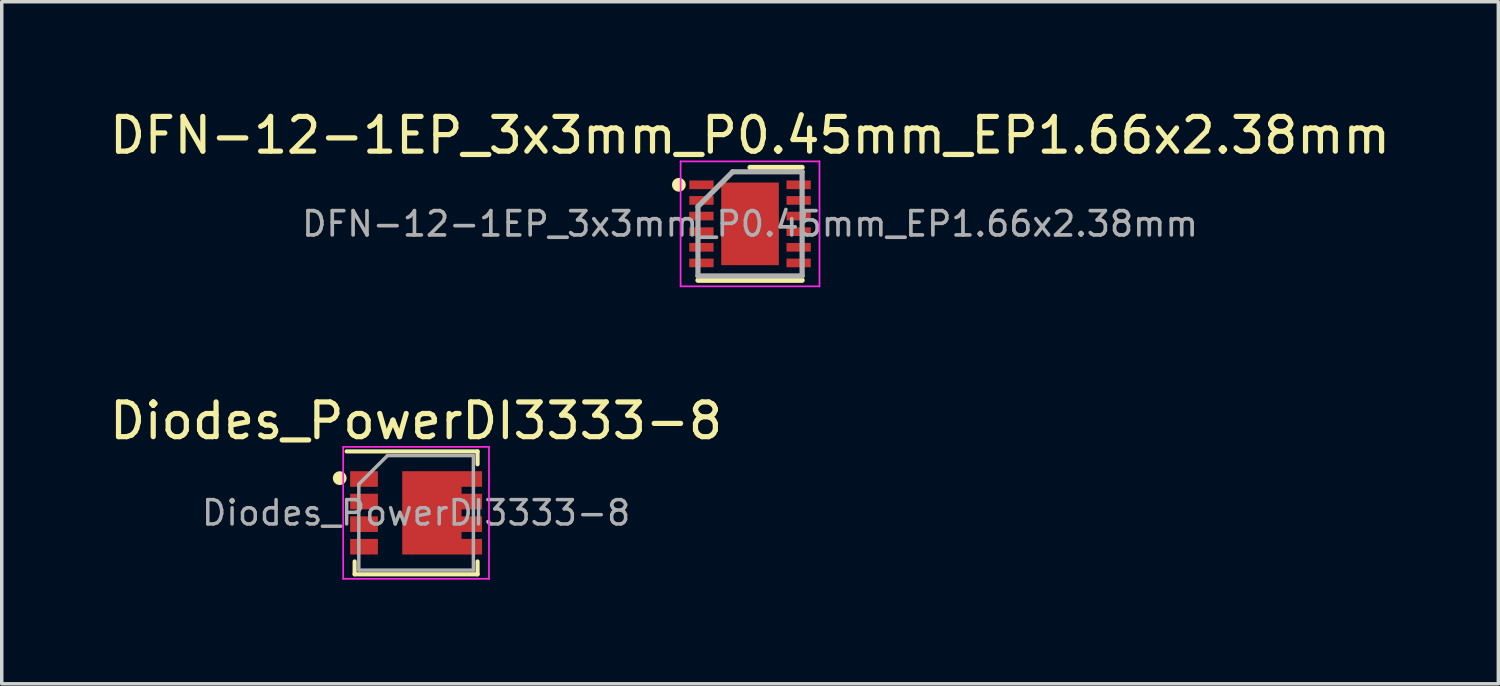
<source format=kicad_pcb>
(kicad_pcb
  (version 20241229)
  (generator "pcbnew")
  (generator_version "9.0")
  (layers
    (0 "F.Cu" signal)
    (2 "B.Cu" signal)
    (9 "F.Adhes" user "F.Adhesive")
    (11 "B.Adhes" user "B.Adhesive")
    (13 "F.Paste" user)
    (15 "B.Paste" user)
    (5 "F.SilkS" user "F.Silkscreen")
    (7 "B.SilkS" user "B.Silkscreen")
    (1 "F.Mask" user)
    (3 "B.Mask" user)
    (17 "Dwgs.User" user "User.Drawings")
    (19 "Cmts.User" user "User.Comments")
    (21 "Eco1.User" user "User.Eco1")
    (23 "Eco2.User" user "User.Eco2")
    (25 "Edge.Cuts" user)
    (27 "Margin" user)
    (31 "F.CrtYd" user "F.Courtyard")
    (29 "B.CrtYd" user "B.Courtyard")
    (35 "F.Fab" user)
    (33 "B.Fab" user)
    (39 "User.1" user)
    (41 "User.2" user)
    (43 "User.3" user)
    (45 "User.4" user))
  (footprint "Diodes_PowerDI3333-8"
    (layer "F.Cu")
    (at 8.935 11.722)
    (property "Reference" "Diodes_PowerDI3333-8" (at 0 -2.65 0) (layer "F.SilkS") (effects (font (size 1 1) (thickness 0.15))))
    (attr smd)
    (fp_line (start -1.77 1.77) (end -1.77 1.4) (stroke (width 0.12) (type solid)) (layer "F.SilkS"))
    (fp_line (start -1.77 1.77) (end 1.77 1.77) (stroke (width 0.12) (type solid)) (layer "F.SilkS"))
    (fp_line (start 1.77 -1.77) (end -2 -1.77) (stroke (width 0.12) (type solid)) (layer "F.SilkS"))
    (fp_line (start 1.77 -1.77) (end 1.77 -1.4) (stroke (width 0.12) (type solid)) (layer "F.SilkS"))
    (fp_line (start 1.77 1.77) (end 1.77 1.4) (stroke (width 0.12) (type solid)) (layer "F.SilkS"))
    (fp_circle (center -2.2 -1) (end -2.1 -1) (stroke (width 0.2) (type solid)) (fill no) (layer "F.SilkS"))
    (fp_line (start -2.1 -1.9) (end -2.1 1.9) (stroke (width 0.05) (type solid)) (layer "F.CrtYd"))
    (fp_line (start -2.1 1.9) (end 2.1 1.9) (stroke (width 0.05) (type solid)) (layer "F.CrtYd"))
    (fp_line (start 2.1 -1.9) (end -2.1 -1.9) (stroke (width 0.05) (type solid)) (layer "F.CrtYd"))
    (fp_line (start 2.1 1.9) (end 2.1 -1.9) (stroke (width 0.05) (type solid)) (layer "F.CrtYd"))
    (fp_line (start -1.65 -0.825) (end -1.65 1.65) (stroke (width 0.1) (type solid)) (layer "F.Fab"))
    (fp_line (start -1.65 1.65) (end 1.65 1.65) (stroke (width 0.1) (type solid)) (layer "F.Fab"))
    (fp_line (start -0.825 -1.65) (end -1.65 -0.825) (stroke (width 0.1) (type solid)) (layer "F.Fab"))
    (fp_line (start 1.65 -1.65) (end -0.825 -1.65) (stroke (width 0.1) (type solid)) (layer "F.Fab"))
    (fp_line (start 1.65 1.65) (end 1.65 -1.65) (stroke (width 0.1) (type solid)) (layer "F.Fab"))
    (fp_text user "${REFERENCE}" (at 0 0 0) (layer "F.Fab") (effects (font (size 0.7 0.7) (thickness 0.1))))
    (pad "" smd rect (at 0.02 -0.565) (size 0.6 1) (layers "F.Paste"))
    (pad "" smd rect (at 0.02 0.565) (size 0.6 1) (layers "F.Paste"))
    (pad "" smd rect (at 0.73 -0.565) (size 0.6 1) (layers "F.Paste"))
    (pad "" smd rect (at 0.73 0.565) (size 0.6 1) (layers "F.Paste"))
    (pad "" smd rect (at 1.525 -0.975) (size 0.75 0.45) (layers "F.Paste"))
    (pad "" smd rect (at 1.525 -0.325) (size 0.75 0.45) (layers "F.Paste"))
    (pad "" smd rect (at 1.525 0.325) (size 0.75 0.45) (layers "F.Paste"))
    (pad "" smd rect (at 1.525 0.975) (size 0.75 0.45) (layers "F.Paste"))
    (pad "1" smd rect (at -1.5 -0.975) (size 0.8 0.45) (layers "F.Cu" "F.Mask" "F.Paste"))
    (pad "2" smd rect (at -1.5 -0.325) (size 0.8 0.45) (layers "F.Cu" "F.Mask" "F.Paste"))
    (pad "3" smd rect (at -1.5 0.325) (size 0.8 0.45) (layers "F.Cu" "F.Mask" "F.Paste"))
    (pad "4" smd rect (at -1.5 0.975) (size 0.8 0.45) (layers "F.Cu" "F.Mask" "F.Paste"))
    (pad "5" smd custom (at 0 0) (size 0.8 1) (layers "F.Cu" "F.Mask" "F.Paste") (options (anchor rect)) (primitives (gr_poly (pts (xy 1.31 0.75) (xy 1.9 0.75) (xy 1.9 1.2) (xy -0.4 1.2) (xy -0.4 -1.2) (xy 1.9 -1.2) (xy 1.9 -0.75) (xy 1.31 -0.75) (xy 1.31 -0.55) (xy 1.9 -0.55) (xy 1.9 -0.1) (xy 1.31 -0.1) (xy 1.31 0.1) (xy 1.9 0.1) (xy 1.9 0.55) (xy 1.31 0.55)) (width 0) (fill yes)))))
  (footprint "DFN-12-1EP_3x3mm_P0.45mm_EP1.66x2.38mm"
    (layer "F.Cu")
    (at 18.554 3.398)
    (property "Reference" "DFN-12-1EP_3x3mm_P0.45mm_EP1.66x2.38mm" (at 0 -2.55 0) (layer "F.SilkS") (effects (font (size 1 1) (thickness 0.15))))
    (attr smd)
    (fp_line (start -1.5 1.625) (end 1.5 1.625) (stroke (width 0.15) (type solid)) (layer "F.SilkS"))
    (fp_line (start 0 -1.625) (end 1.5 -1.625) (stroke (width 0.15) (type solid)) (layer "F.SilkS"))
    (fp_circle (center -2.05 -1.125) (end -1.95 -1.125) (stroke (width 0.2) (type solid)) (fill no) (layer "F.SilkS"))
    (fp_line (start -2 -1.8) (end -2 1.8) (stroke (width 0.05) (type solid)) (layer "F.CrtYd"))
    (fp_line (start -2 -1.8) (end 2 -1.8) (stroke (width 0.05) (type solid)) (layer "F.CrtYd"))
    (fp_line (start -2 1.8) (end 2 1.8) (stroke (width 0.05) (type solid)) (layer "F.CrtYd"))
    (fp_line (start 2 -1.8) (end 2 1.8) (stroke (width 0.05) (type solid)) (layer "F.CrtYd"))
    (fp_line (start -1.5 -0.5) (end -0.5 -1.5) (stroke (width 0.15) (type solid)) (layer "F.Fab"))
    (fp_line (start -1.5 1.5) (end -1.5 -0.5) (stroke (width 0.15) (type solid)) (layer "F.Fab"))
    (fp_line (start -0.5 -1.5) (end 1.5 -1.5) (stroke (width 0.15) (type solid)) (layer "F.Fab"))
    (fp_line (start 1.5 -1.5) (end 1.5 1.5) (stroke (width 0.15) (type solid)) (layer "F.Fab"))
    (fp_line (start 1.5 1.5) (end -1.5 1.5) (stroke (width 0.15) (type solid)) (layer "F.Fab"))
    (fp_text user "${REFERENCE}" (at 0 0 0) (layer "F.Fab") (effects (font (size 0.7 0.7) (thickness 0.105))))
    (pad "" smd rect (at -0.415 -0.595) (size 0.64 1) (layers "F.Paste"))
    (pad "" smd rect (at -0.415 0.595) (size 0.64 1) (layers "F.Paste"))
    (pad "" smd rect (at 0.415 -0.595) (size 0.64 1) (layers "F.Paste"))
    (pad "" smd rect (at 0.415 0.595) (size 0.64 1) (layers "F.Paste"))
    (pad "1" smd rect (at -1.4 -1.125) (size 0.7 0.25) (layers "F.Cu" "F.Mask" "F.Paste"))
    (pad "2" smd rect (at -1.4 -0.675) (size 0.7 0.25) (layers "F.Cu" "F.Mask" "F.Paste"))
    (pad "3" smd rect (at -1.4 -0.225) (size 0.7 0.25) (layers "F.Cu" "F.Mask" "F.Paste"))
    (pad "4" smd rect (at -1.4 0.225) (size 0.7 0.25) (layers "F.Cu" "F.Mask" "F.Paste"))
    (pad "5" smd rect (at -1.4 0.675) (size 0.7 0.25) (layers "F.Cu" "F.Mask" "F.Paste"))
    (pad "6" smd rect (at -1.4 1.125) (size 0.7 0.25) (layers "F.Cu" "F.Mask" "F.Paste"))
    (pad "7" smd rect (at 1.4 1.125) (size 0.7 0.25) (layers "F.Cu" "F.Mask" "F.Paste"))
    (pad "8" smd rect (at 1.4 0.675) (size 0.7 0.25) (layers "F.Cu" "F.Mask" "F.Paste"))
    (pad "9" smd rect (at 1.4 0.225) (size 0.7 0.25) (layers "F.Cu" "F.Mask" "F.Paste"))
    (pad "10" smd rect (at 1.4 -0.225) (size 0.7 0.25) (layers "F.Cu" "F.Mask" "F.Paste"))
    (pad "11" smd rect (at 1.4 -0.675) (size 0.7 0.25) (layers "F.Cu" "F.Mask" "F.Paste"))
    (pad "12" smd rect (at 1.4 -1.125) (size 0.7 0.25) (layers "F.Cu" "F.Mask" "F.Paste"))
    (pad "13" smd rect (at 0 0) (size 1.66 2.38) (layers "F.Cu" "F.Mask")))
  (gr_rect
    (start -3 -3)
    (end 40.107 16.646)
    (stroke (width 0.1) (type default))
    (fill no)
    (layer "Edge.Cuts")))
</source>
